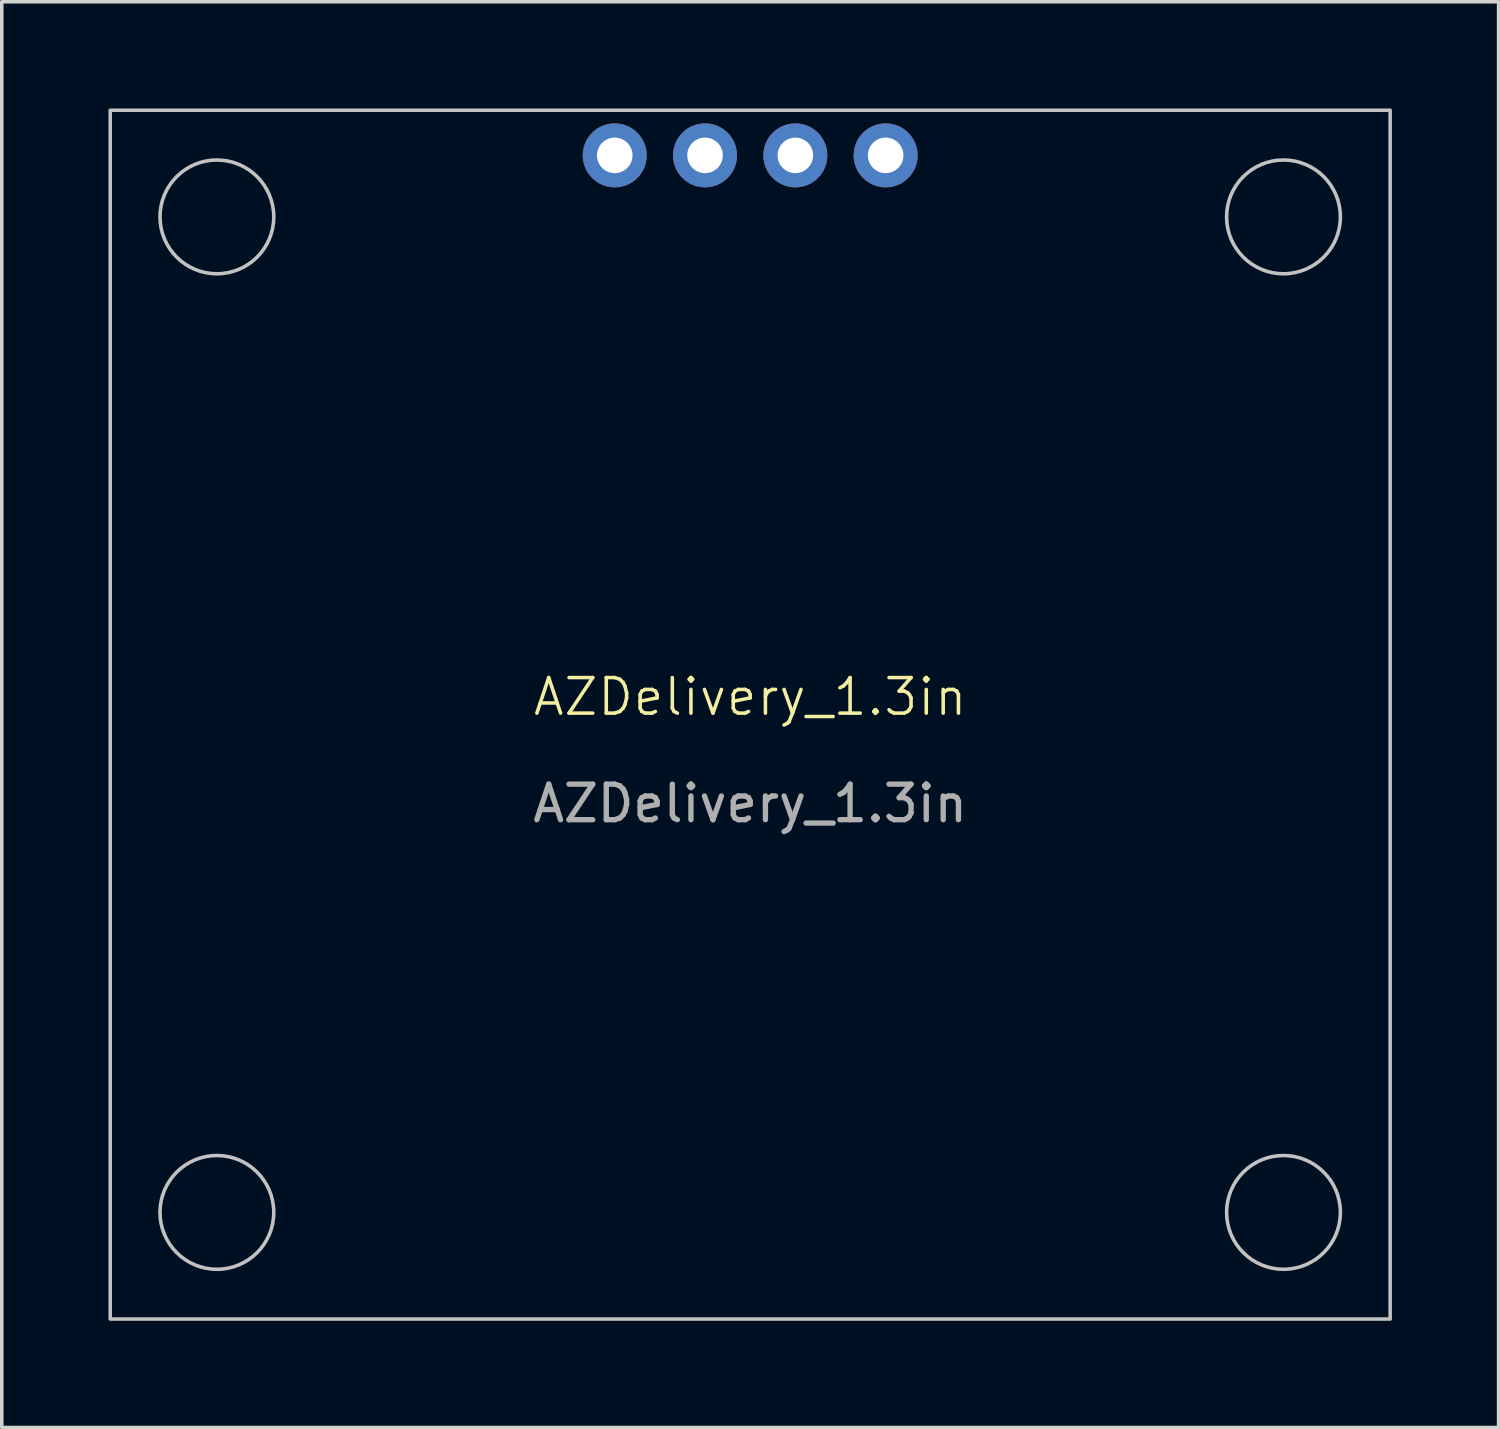
<source format=kicad_pcb>
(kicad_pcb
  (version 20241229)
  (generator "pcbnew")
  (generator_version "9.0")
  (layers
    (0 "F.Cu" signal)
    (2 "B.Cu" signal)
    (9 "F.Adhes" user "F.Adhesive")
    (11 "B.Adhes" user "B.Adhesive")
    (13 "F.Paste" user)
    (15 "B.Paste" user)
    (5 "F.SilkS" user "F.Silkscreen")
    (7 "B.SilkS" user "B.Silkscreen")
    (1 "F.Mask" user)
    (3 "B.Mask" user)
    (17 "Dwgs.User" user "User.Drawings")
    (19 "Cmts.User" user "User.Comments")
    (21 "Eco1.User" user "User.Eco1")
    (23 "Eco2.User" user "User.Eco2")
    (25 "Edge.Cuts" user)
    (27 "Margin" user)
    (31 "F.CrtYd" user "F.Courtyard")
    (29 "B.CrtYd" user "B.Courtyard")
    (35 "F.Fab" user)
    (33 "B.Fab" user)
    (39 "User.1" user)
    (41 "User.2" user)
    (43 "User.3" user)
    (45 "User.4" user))
  (footprint "AZDelivery_1.3in"
    (layer "F.Cu")
    (at 18.05 17.05)
    (property "Reference" "AZDelivery_1.3in" (at 0 -0.5 0) (unlocked yes) (layer "F.SilkS") (effects (font (size 1 1) (thickness 0.1))))
    (attr smd)
    (fp_rect (start -18 -17) (end 18 17) (stroke (width 0.1) (type default)) (fill no) (layer "Dwgs.User"))
    (fp_circle (center -15 -14) (end -13.4 -14) (stroke (width 0.1) (type solid)) (fill no) (layer "Dwgs.User"))
    (fp_circle (center -15 14) (end -13.4 14) (stroke (width 0.1) (type solid)) (fill no) (layer "Dwgs.User"))
    (fp_circle (center 15 -14) (end 16.6 -14) (stroke (width 0.1) (type solid)) (fill no) (layer "Dwgs.User"))
    (fp_circle (center 15 14) (end 16.6 14) (stroke (width 0.1) (type solid)) (fill no) (layer "Dwgs.User"))
    (fp_text user "${REFERENCE}" (at 0 2.5 0) (unlocked yes) (layer "F.Fab") (effects (font (size 1 1) (thickness 0.15))))
    (pad "1" thru_hole circle (at -3.81 -15.73) (size 1.8 1.8) (drill 1) (layers "*.Cu" "*.Mask"))
    (pad "2" thru_hole circle (at -1.27 -15.73) (size 1.8 1.8) (drill 1) (layers "*.Cu" "*.Mask"))
    (pad "3" thru_hole circle (at 1.27 -15.73) (size 1.8 1.8) (drill 1) (layers "*.Cu" "*.Mask"))
    (pad "4" thru_hole circle (at 3.81 -15.73) (size 1.8 1.8) (drill 1) (layers "*.Cu" "*.Mask")))
  (gr_rect
    (start -3 -3)
    (end 39.1 37.1)
    (stroke (width 0.1) (type default))
    (fill no)
    (layer "Edge.Cuts")))
</source>
